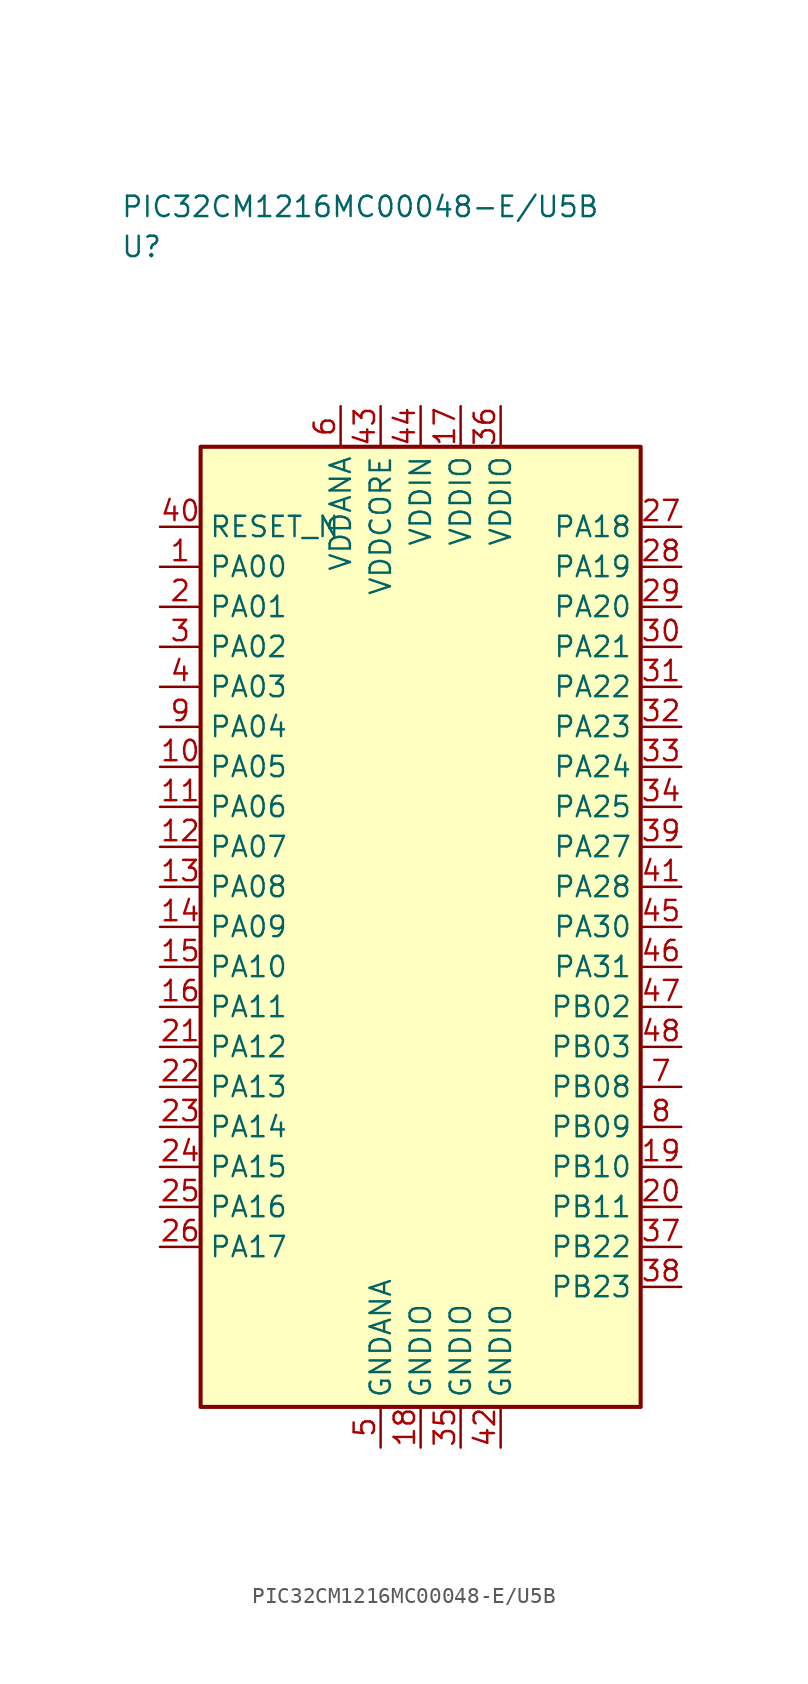
<source format=kicad_sym>
(kicad_symbol_lib
  (version 20241025)
  (generator "kicad_symbol_editor")
  (generator_version "8.0")
  (symbol "PIC32CM1216MC00048-E/U5B"
    (property "Reference" "U"
      (at -18.75 42.5 0)
      (effects (font (size 1.27 1.27)) (justify left)))
    (property "Value" "PIC32CM1216MC00048-E/U5B"
      (at -18.75 45.0 0)
      (effects (font (size 1.27 1.27)) (justify left)))
    (symbol "PIC32CM1216MC00048-E/U5B_0_1"
      (rectangle (start -13.75 30.0) (end 13.75 -30.0) (stroke (width 0.254) (type default)) (fill (type background))))
    (symbol "PIC32CM1216MC00048-E/U5B_1_1"
      (pin bidirectional line (at -16.29 22.5 0.0) (length 2.54) (name "PA00" (effects (font (size 1.27 1.27)))) (number "1" (effects (font (size 1.27 1.27)))))
      (pin bidirectional line (at -16.29 20.0 0.0) (length 2.54) (name "PA01" (effects (font (size 1.27 1.27)))) (number "2" (effects (font (size 1.27 1.27)))))
      (pin bidirectional line (at -16.29 17.5 0.0) (length 2.54) (name "PA02" (effects (font (size 1.27 1.27)))) (number "3" (effects (font (size 1.27 1.27)))))
      (pin bidirectional line (at -16.29 15.0 0.0) (length 2.54) (name "PA03" (effects (font (size 1.27 1.27)))) (number "4" (effects (font (size 1.27 1.27)))))
      (pin passive line (at -2.5 -32.54 90.0) (length 2.54) (name "GNDANA" (effects (font (size 1.27 1.27)))) (number "5" (effects (font (size 1.27 1.27)))))
      (pin power_in line (at -5.0 32.54 270.0) (length 2.54) (name "VDDANA" (effects (font (size 1.27 1.27)))) (number "6" (effects (font (size 1.27 1.27)))))
      (pin bidirectional line (at 16.29 -10.0 180.0) (length 2.54) (name "PB08" (effects (font (size 1.27 1.27)))) (number "7" (effects (font (size 1.27 1.27)))))
      (pin bidirectional line (at 16.29 -12.5 180.0) (length 2.54) (name "PB09" (effects (font (size 1.27 1.27)))) (number "8" (effects (font (size 1.27 1.27)))))
      (pin bidirectional line (at -16.29 12.5 0.0) (length 2.54) (name "PA04" (effects (font (size 1.27 1.27)))) (number "9" (effects (font (size 1.27 1.27)))))
      (pin bidirectional line (at -16.29 10.0 0.0) (length 2.54) (name "PA05" (effects (font (size 1.27 1.27)))) (number "10" (effects (font (size 1.27 1.27)))))
      (pin bidirectional line (at -16.29 7.5 0.0) (length 2.54) (name "PA06" (effects (font (size 1.27 1.27)))) (number "11" (effects (font (size 1.27 1.27)))))
      (pin bidirectional line (at -16.29 5.0 0.0) (length 2.54) (name "PA07" (effects (font (size 1.27 1.27)))) (number "12" (effects (font (size 1.27 1.27)))))
      (pin bidirectional line (at -16.29 2.5 0.0) (length 2.54) (name "PA08" (effects (font (size 1.27 1.27)))) (number "13" (effects (font (size 1.27 1.27)))))
      (pin bidirectional line (at -16.29 0.0 0.0) (length 2.54) (name "PA09" (effects (font (size 1.27 1.27)))) (number "14" (effects (font (size 1.27 1.27)))))
      (pin bidirectional line (at -16.29 -2.5 0.0) (length 2.54) (name "PA10" (effects (font (size 1.27 1.27)))) (number "15" (effects (font (size 1.27 1.27)))))
      (pin bidirectional line (at -16.29 -5.0 0.0) (length 2.54) (name "PA11" (effects (font (size 1.27 1.27)))) (number "16" (effects (font (size 1.27 1.27)))))
      (pin power_in line (at 2.5 32.54 270.0) (length 2.54) (name "VDDIO" (effects (font (size 1.27 1.27)))) (number "17" (effects (font (size 1.27 1.27)))))
      (pin passive line (at 0.0 -32.54 90.0) (length 2.54) (name "GNDIO" (effects (font (size 1.27 1.27)))) (number "18" (effects (font (size 1.27 1.27)))))
      (pin bidirectional line (at 16.29 -15.0 180.0) (length 2.54) (name "PB10" (effects (font (size 1.27 1.27)))) (number "19" (effects (font (size 1.27 1.27)))))
      (pin bidirectional line (at 16.29 -17.5 180.0) (length 2.54) (name "PB11" (effects (font (size 1.27 1.27)))) (number "20" (effects (font (size 1.27 1.27)))))
      (pin bidirectional line (at -16.29 -7.5 0.0) (length 2.54) (name "PA12" (effects (font (size 1.27 1.27)))) (number "21" (effects (font (size 1.27 1.27)))))
      (pin bidirectional line (at -16.29 -10.0 0.0) (length 2.54) (name "PA13" (effects (font (size 1.27 1.27)))) (number "22" (effects (font (size 1.27 1.27)))))
      (pin bidirectional line (at -16.29 -12.5 0.0) (length 2.54) (name "PA14" (effects (font (size 1.27 1.27)))) (number "23" (effects (font (size 1.27 1.27)))))
      (pin bidirectional line (at -16.29 -15.0 0.0) (length 2.54) (name "PA15" (effects (font (size 1.27 1.27)))) (number "24" (effects (font (size 1.27 1.27)))))
      (pin bidirectional line (at -16.29 -17.5 0.0) (length 2.54) (name "PA16" (effects (font (size 1.27 1.27)))) (number "25" (effects (font (size 1.27 1.27)))))
      (pin bidirectional line (at -16.29 -20.0 0.0) (length 2.54) (name "PA17" (effects (font (size 1.27 1.27)))) (number "26" (effects (font (size 1.27 1.27)))))
      (pin bidirectional line (at 16.29 25.0 180.0) (length 2.54) (name "PA18" (effects (font (size 1.27 1.27)))) (number "27" (effects (font (size 1.27 1.27)))))
      (pin bidirectional line (at 16.29 22.5 180.0) (length 2.54) (name "PA19" (effects (font (size 1.27 1.27)))) (number "28" (effects (font (size 1.27 1.27)))))
      (pin bidirectional line (at 16.29 20.0 180.0) (length 2.54) (name "PA20" (effects (font (size 1.27 1.27)))) (number "29" (effects (font (size 1.27 1.27)))))
      (pin bidirectional line (at 16.29 17.5 180.0) (length 2.54) (name "PA21" (effects (font (size 1.27 1.27)))) (number "30" (effects (font (size 1.27 1.27)))))
      (pin bidirectional line (at 16.29 15.0 180.0) (length 2.54) (name "PA22" (effects (font (size 1.27 1.27)))) (number "31" (effects (font (size 1.27 1.27)))))
      (pin bidirectional line (at 16.29 12.5 180.0) (length 2.54) (name "PA23" (effects (font (size 1.27 1.27)))) (number "32" (effects (font (size 1.27 1.27)))))
      (pin bidirectional line (at 16.29 10.0 180.0) (length 2.54) (name "PA24" (effects (font (size 1.27 1.27)))) (number "33" (effects (font (size 1.27 1.27)))))
      (pin bidirectional line (at 16.29 7.5 180.0) (length 2.54) (name "PA25" (effects (font (size 1.27 1.27)))) (number "34" (effects (font (size 1.27 1.27)))))
      (pin passive line (at 2.5 -32.54 90.0) (length 2.54) (name "GNDIO" (effects (font (size 1.27 1.27)))) (number "35" (effects (font (size 1.27 1.27)))))
      (pin power_in line (at 5.0 32.54 270.0) (length 2.54) (name "VDDIO" (effects (font (size 1.27 1.27)))) (number "36" (effects (font (size 1.27 1.27)))))
      (pin bidirectional line (at 16.29 -20.0 180.0) (length 2.54) (name "PB22" (effects (font (size 1.27 1.27)))) (number "37" (effects (font (size 1.27 1.27)))))
      (pin bidirectional line (at 16.29 -22.5 180.0) (length 2.54) (name "PB23" (effects (font (size 1.27 1.27)))) (number "38" (effects (font (size 1.27 1.27)))))
      (pin bidirectional line (at 16.29 5.0 180.0) (length 2.54) (name "PA27" (effects (font (size 1.27 1.27)))) (number "39" (effects (font (size 1.27 1.27)))))
      (pin input line (at -16.29 25.0 0.0) (length 2.54) (name "RESET_N" (effects (font (size 1.27 1.27)))) (number "40" (effects (font (size 1.27 1.27)))))
      (pin bidirectional line (at 16.29 2.5 180.0) (length 2.54) (name "PA28" (effects (font (size 1.27 1.27)))) (number "41" (effects (font (size 1.27 1.27)))))
      (pin passive line (at 5.0 -32.54 90.0) (length 2.54) (name "GNDIO" (effects (font (size 1.27 1.27)))) (number "42" (effects (font (size 1.27 1.27)))))
      (pin power_in line (at -2.5 32.54 270.0) (length 2.54) (name "VDDCORE" (effects (font (size 1.27 1.27)))) (number "43" (effects (font (size 1.27 1.27)))))
      (pin power_in line (at 0.0 32.54 270.0) (length 2.54) (name "VDDIN" (effects (font (size 1.27 1.27)))) (number "44" (effects (font (size 1.27 1.27)))))
      (pin bidirectional line (at 16.29 0.0 180.0) (length 2.54) (name "PA30" (effects (font (size 1.27 1.27)))) (number "45" (effects (font (size 1.27 1.27)))))
      (pin bidirectional line (at 16.29 -2.5 180.0) (length 2.54) (name "PA31" (effects (font (size 1.27 1.27)))) (number "46" (effects (font (size 1.27 1.27)))))
      (pin bidirectional line (at 16.29 -5.0 180.0) (length 2.54) (name "PB02" (effects (font (size 1.27 1.27)))) (number "47" (effects (font (size 1.27 1.27)))))
      (pin bidirectional line (at 16.29 -7.5 180.0) (length 2.54) (name "PB03" (effects (font (size 1.27 1.27)))) (number "48" (effects (font (size 1.27 1.27))))))))
</source>
